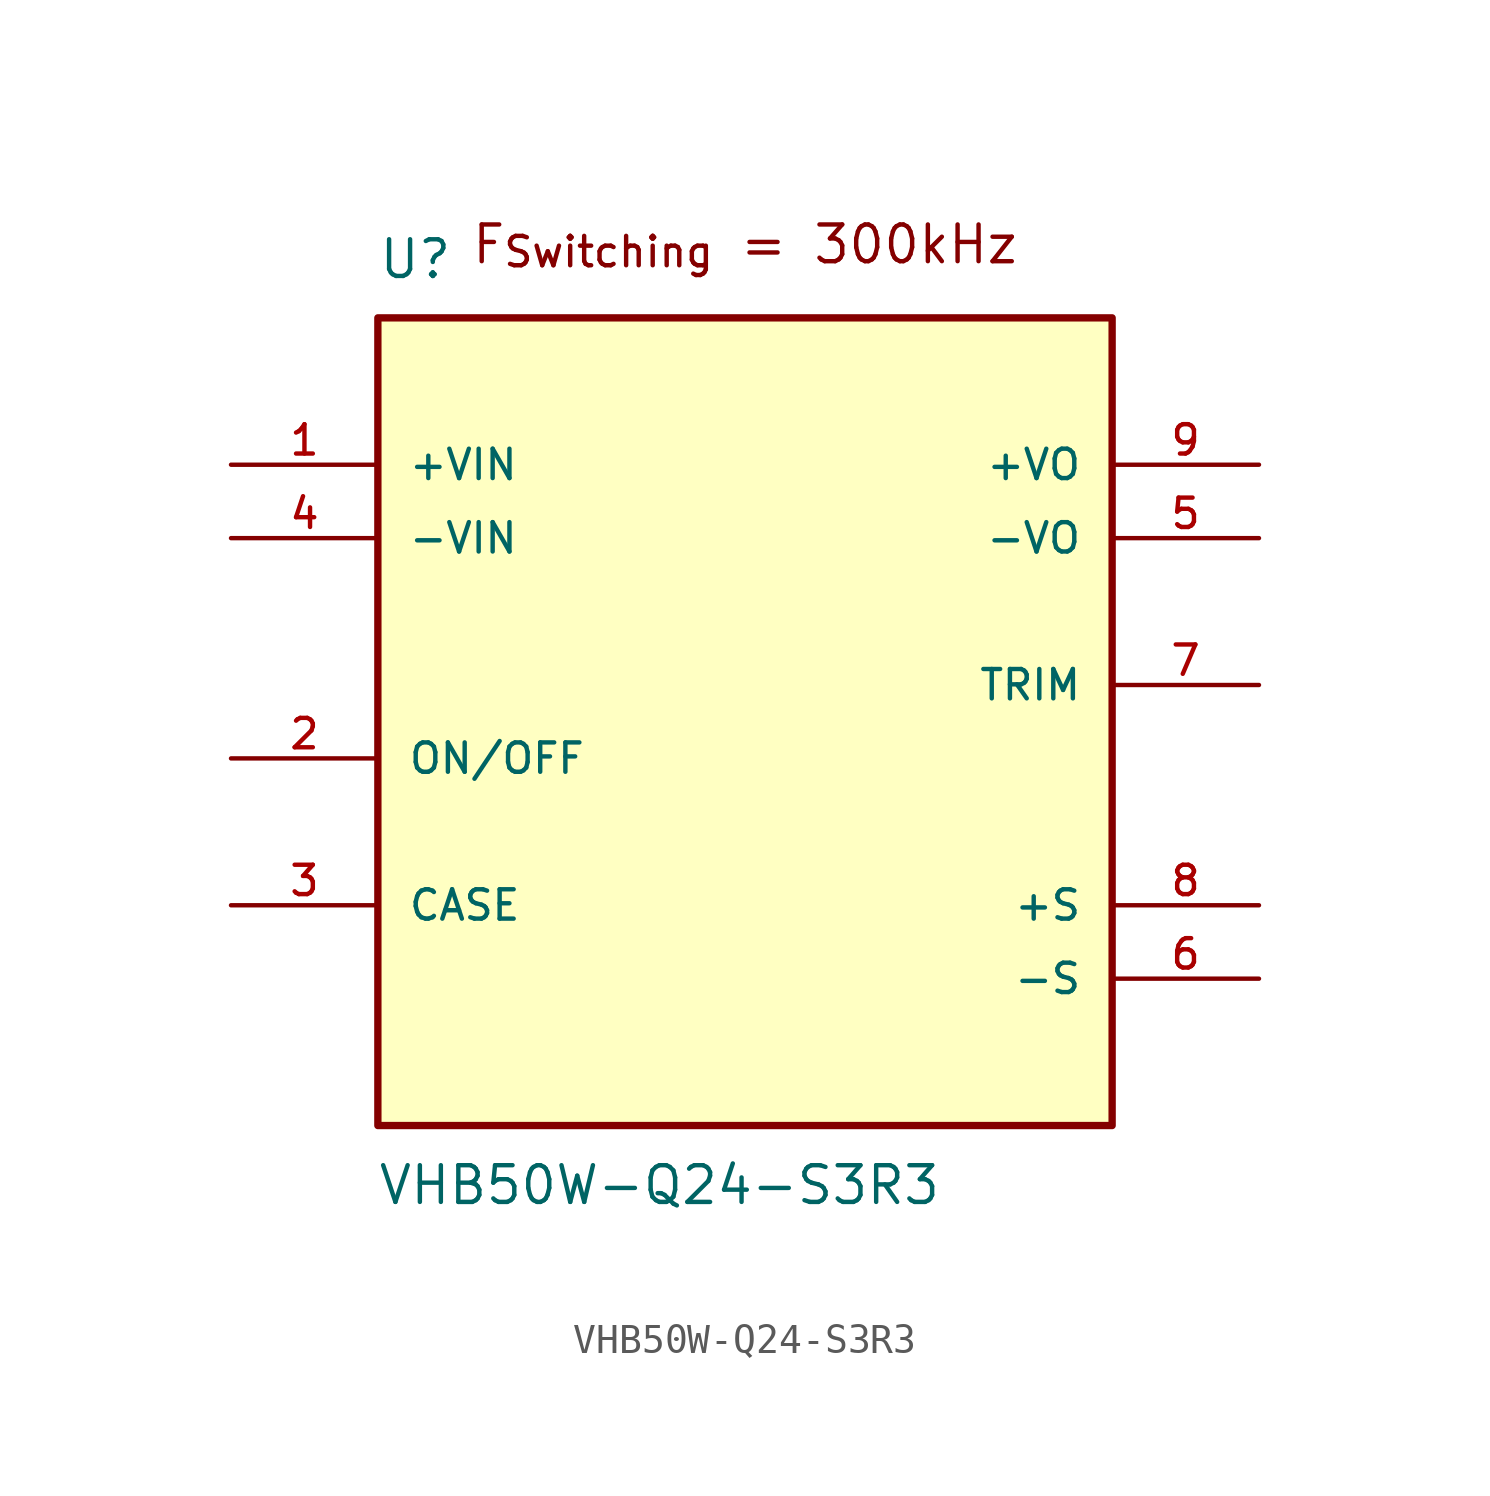
<source format=kicad_sym>
(kicad_symbol_lib
  (version 20231120)
  (generator "kicad_symbol_editor")
  (generator_version "8.0")
  (symbol "VHB50W-Q24-S3R3"
    (pin_names
      (offset 1.016))
    (property "Reference" "U"
      (at -12.714 13.986 0)
      (effects (font (size 1.27 1.27)) (justify left bottom)))
    (property "Value" "VHB50W-Q24-S3R3"
      (at -12.738 -16.559 0)
      (effects (font (size 1.27 1.27)) (justify left top)))
    (symbol "VHB50W-Q24-S3R3_0_0"
      (rectangle (start -12.7 -15.24) (end 12.7 12.7) (stroke (width 0.254) (type default)) (fill (type background)))
      (pin input line (at -17.78 7.62 0) (length 5.08) (name "+VIN" (effects (font (size 1.016 1.016)))) (number "1" (effects (font (size 1.016 1.016)))))
      (pin input line (at -17.78 -2.54 0) (length 5.08) (name "ON/OFF" (effects (font (size 1.016 1.016)))) (number "2" (effects (font (size 1.016 1.016)))))
      (pin passive line (at -17.78 -7.62 0) (length 5.08) (name "CASE" (effects (font (size 1.016 1.016)))) (number "3" (effects (font (size 1.016 1.016)))))
      (pin input line (at -17.78 5.08 0) (length 5.08) (name "-VIN" (effects (font (size 1.016 1.016)))) (number "4" (effects (font (size 1.016 1.016)))))
      (pin output line (at 17.78 5.08 180) (length 5.08) (name "-VO" (effects (font (size 1.016 1.016)))) (number "5" (effects (font (size 1.016 1.016)))))
      (pin output line (at 17.78 -10.16 180) (length 5.08) (name "-S" (effects (font (size 1.016 1.016)))) (number "6" (effects (font (size 1.016 1.016)))))
      (pin passive line (at 17.78 0 180) (length 5.08) (name "TRIM" (effects (font (size 1.016 1.016)))) (number "7" (effects (font (size 1.016 1.016)))))
      (pin output line (at 17.78 -7.62 180) (length 5.08) (name "+S" (effects (font (size 1.016 1.016)))) (number "8" (effects (font (size 1.016 1.016)))))
      (pin output line (at 17.78 7.62 180) (length 5.08) (name "+VO" (effects (font (size 1.016 1.016)))) (number "9" (effects (font (size 1.016 1.016))))))
    (symbol "VHB50W-Q24-S3R3_1_1"
      (text "F_{Switching} = 300kHz" (at 0 15.24 0) (effects (font (size 1.27 1.27)))))))
</source>
